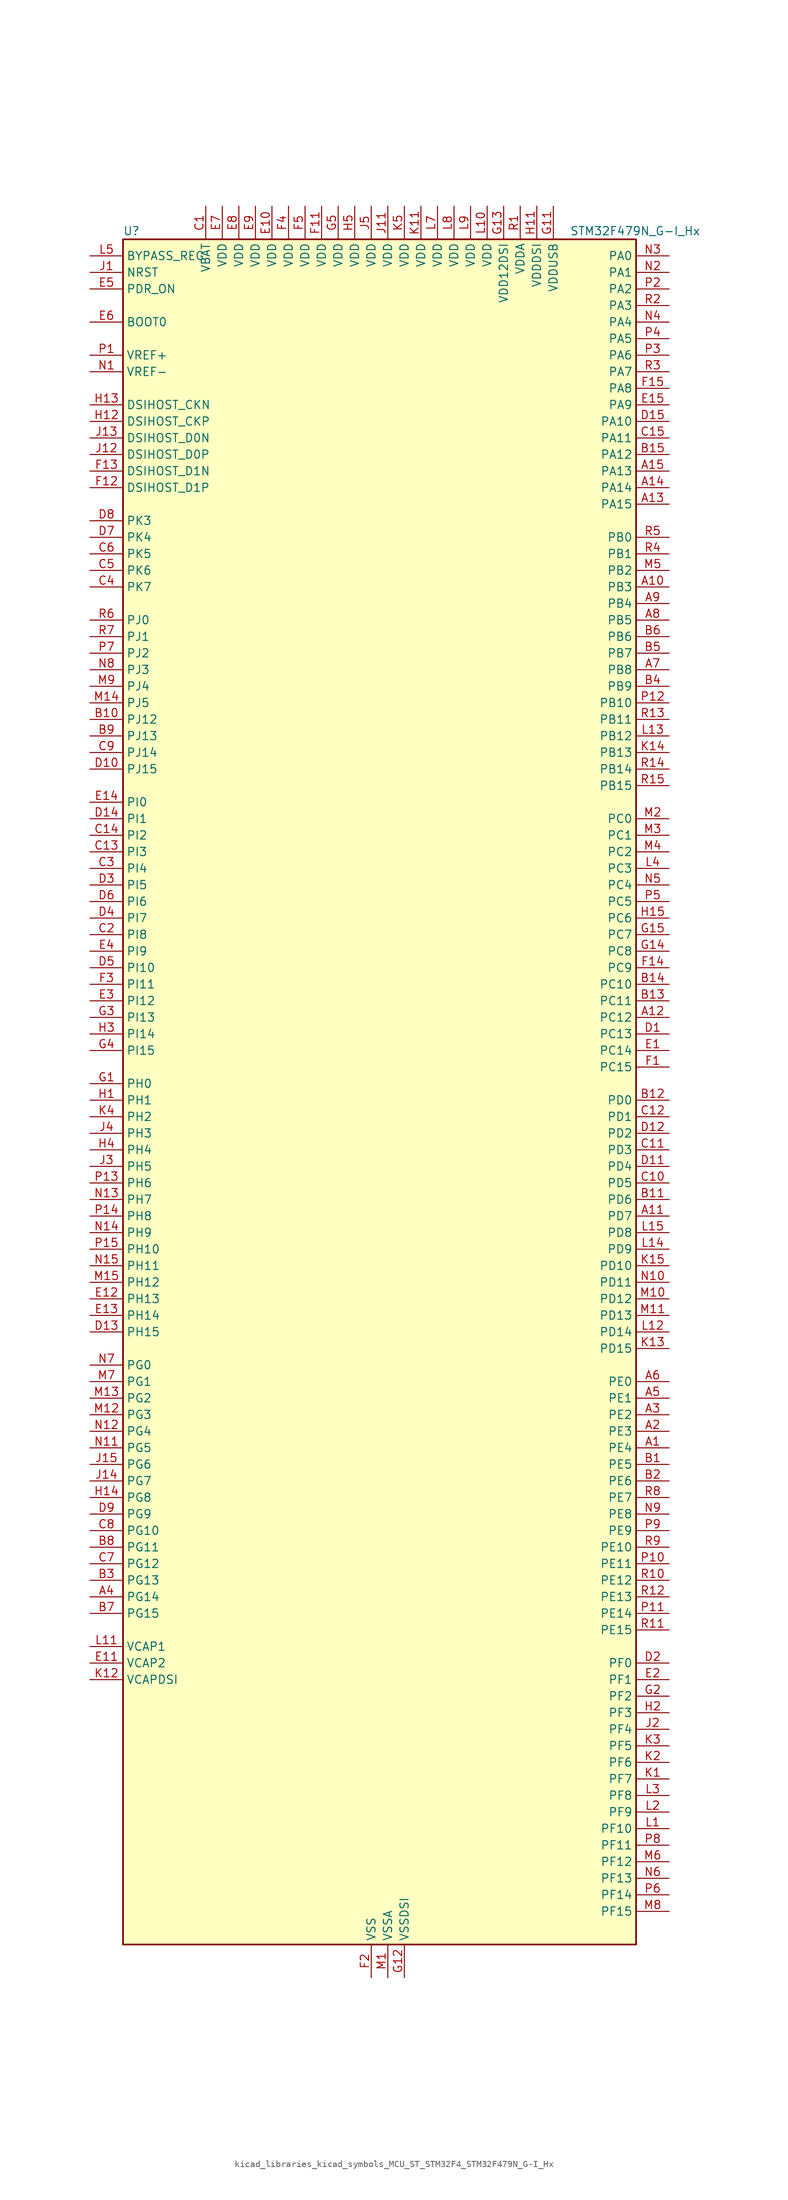
<source format=kicad_sym>
(kicad_symbol_lib
  (version 20220914)
  (generator kicad_symbol_editor)
  (symbol "kicad_libraries_kicad_symbols_MCU_ST_STM32F4_STM32F479N_G-I_Hx"
    (property "Reference" "U"
      (at -38.1 133.35 0)
      (effects (font (size 1.27 1.27)) (justify left)))
    (property "Value" "STM32F479N_G-I_Hx"
      (at 30.48 133.35 0)
      (effects (font (size 1.27 1.27)) (justify left)))
    (property "ki_locked" ""
      (at 0 0 0)
      (effects (font (size 1.27 1.27))))
    (symbol "kicad_libraries_kicad_symbols_MCU_ST_STM32F4_STM32F479N_G-I_Hx_0_1"
      (rectangle (start -38.1 -129.54) (end 40.64 132.08) (stroke (width 0.254) (type default)) (fill (type background))))
    (symbol "kicad_libraries_kicad_symbols_MCU_ST_STM32F4_STM32F479N_G-I_Hx_1_1"
      (pin bidirectional line (at 45.72 -53.34 180) (length 5.08) (name "PE4" (effects (font (size 1.27 1.27)))) (number "A1" (effects (font (size 1.27 1.27)))) (alternate "DCMI_D4" bidirectional line) (alternate "FMC_A20" bidirectional line) (alternate "LTDC_B0" bidirectional line) (alternate "SAI1_FS_A" bidirectional line) (alternate "SPI4_NSS" bidirectional line) (alternate "SYS_TRACED1" bidirectional line))
      (pin bidirectional line (at 45.72 78.74 180) (length 5.08) (name "PB3" (effects (font (size 1.27 1.27)))) (number "A10" (effects (font (size 1.27 1.27)))) (alternate "I2S3_CK" bidirectional line) (alternate "SPI1_SCK" bidirectional line) (alternate "SPI3_SCK" bidirectional line) (alternate "SYS_JTDO-SWO" bidirectional line) (alternate "TIM2_CH2" bidirectional line))
      (pin bidirectional line (at 45.72 -17.78 180) (length 5.08) (name "PD7" (effects (font (size 1.27 1.27)))) (number "A11" (effects (font (size 1.27 1.27)))) (alternate "FMC_NE1" bidirectional line) (alternate "USART2_CK" bidirectional line))
      (pin bidirectional line (at 45.72 12.7 180) (length 5.08) (name "PC12" (effects (font (size 1.27 1.27)))) (number "A12" (effects (font (size 1.27 1.27)))) (alternate "DCMI_D9" bidirectional line) (alternate "I2S3_SD" bidirectional line) (alternate "SDIO_CK" bidirectional line) (alternate "SPI3_MOSI" bidirectional line) (alternate "SYS_TRACED3" bidirectional line) (alternate "UART5_TX" bidirectional line) (alternate "USART3_CK" bidirectional line))
      (pin bidirectional line (at 45.72 91.44 180) (length 5.08) (name "PA15" (effects (font (size 1.27 1.27)))) (number "A13" (effects (font (size 1.27 1.27)))) (alternate "ADC1_EXTI15" bidirectional line) (alternate "ADC2_EXTI15" bidirectional line) (alternate "ADC3_EXTI15" bidirectional line) (alternate "I2S3_WS" bidirectional line) (alternate "SPI1_NSS" bidirectional line) (alternate "SPI3_NSS" bidirectional line) (alternate "SYS_JTDI" bidirectional line) (alternate "TIM2_CH1" bidirectional line) (alternate "TIM2_ETR" bidirectional line))
      (pin bidirectional line (at 45.72 93.98 180) (length 5.08) (name "PA14" (effects (font (size 1.27 1.27)))) (number "A14" (effects (font (size 1.27 1.27)))) (alternate "SYS_JTCK-SWCLK" bidirectional line))
      (pin bidirectional line (at 45.72 96.52 180) (length 5.08) (name "PA13" (effects (font (size 1.27 1.27)))) (number "A15" (effects (font (size 1.27 1.27)))) (alternate "SYS_JTMS-SWDIO" bidirectional line))
      (pin bidirectional line (at 45.72 -50.8 180) (length 5.08) (name "PE3" (effects (font (size 1.27 1.27)))) (number "A2" (effects (font (size 1.27 1.27)))) (alternate "FMC_A19" bidirectional line) (alternate "SAI1_SD_B" bidirectional line) (alternate "SYS_TRACED0" bidirectional line))
      (pin bidirectional line (at 45.72 -48.26 180) (length 5.08) (name "PE2" (effects (font (size 1.27 1.27)))) (number "A3" (effects (font (size 1.27 1.27)))) (alternate "ETH_TXD3" bidirectional line) (alternate "FMC_A23" bidirectional line) (alternate "QUADSPI_BK1_IO2" bidirectional line) (alternate "SAI1_MCLK_A" bidirectional line) (alternate "SPI4_SCK" bidirectional line) (alternate "SYS_TRACECLK" bidirectional line))
      (pin bidirectional line (at -43.18 -76.2 0) (length 5.08) (name "PG14" (effects (font (size 1.27 1.27)))) (number "A4" (effects (font (size 1.27 1.27)))) (alternate "ETH_TXD1" bidirectional line) (alternate "FMC_A25" bidirectional line) (alternate "LTDC_B0" bidirectional line) (alternate "QUADSPI_BK2_IO3" bidirectional line) (alternate "SPI6_MOSI" bidirectional line) (alternate "SYS_TRACED1" bidirectional line) (alternate "USART6_TX" bidirectional line))
      (pin bidirectional line (at 45.72 -45.72 180) (length 5.08) (name "PE1" (effects (font (size 1.27 1.27)))) (number "A5" (effects (font (size 1.27 1.27)))) (alternate "DCMI_D3" bidirectional line) (alternate "FMC_NBL1" bidirectional line) (alternate "UART8_TX" bidirectional line))
      (pin bidirectional line (at 45.72 -43.18 180) (length 5.08) (name "PE0" (effects (font (size 1.27 1.27)))) (number "A6" (effects (font (size 1.27 1.27)))) (alternate "DCMI_D2" bidirectional line) (alternate "FMC_NBL0" bidirectional line) (alternate "TIM4_ETR" bidirectional line) (alternate "UART8_RX" bidirectional line))
      (pin bidirectional line (at 45.72 66.04 180) (length 5.08) (name "PB8" (effects (font (size 1.27 1.27)))) (number "A7" (effects (font (size 1.27 1.27)))) (alternate "CAN1_RX" bidirectional line) (alternate "DCMI_D6" bidirectional line) (alternate "ETH_TXD3" bidirectional line) (alternate "I2C1_SCL" bidirectional line) (alternate "LTDC_B6" bidirectional line) (alternate "SDIO_D4" bidirectional line) (alternate "TIM10_CH1" bidirectional line) (alternate "TIM4_CH3" bidirectional line))
      (pin bidirectional line (at 45.72 73.66 180) (length 5.08) (name "PB5" (effects (font (size 1.27 1.27)))) (number "A8" (effects (font (size 1.27 1.27)))) (alternate "CAN2_RX" bidirectional line) (alternate "DCMI_D10" bidirectional line) (alternate "ETH_PPS_OUT" bidirectional line) (alternate "FMC_SDCKE1" bidirectional line) (alternate "I2C1_SMBA" bidirectional line) (alternate "I2S3_SD" bidirectional line) (alternate "LTDC_G7" bidirectional line) (alternate "SPI1_MOSI" bidirectional line) (alternate "SPI3_MOSI" bidirectional line) (alternate "TIM3_CH2" bidirectional line) (alternate "USB_OTG_HS_ULPI_D7" bidirectional line))
      (pin bidirectional line (at 45.72 76.2 180) (length 5.08) (name "PB4" (effects (font (size 1.27 1.27)))) (number "A9" (effects (font (size 1.27 1.27)))) (alternate "I2S3_ext_SD" bidirectional line) (alternate "SPI1_MISO" bidirectional line) (alternate "SPI3_MISO" bidirectional line) (alternate "SYS_JTRST" bidirectional line) (alternate "TIM3_CH1" bidirectional line))
      (pin bidirectional line (at 45.72 -55.88 180) (length 5.08) (name "PE5" (effects (font (size 1.27 1.27)))) (number "B1" (effects (font (size 1.27 1.27)))) (alternate "DCMI_D6" bidirectional line) (alternate "FMC_A21" bidirectional line) (alternate "LTDC_G0" bidirectional line) (alternate "SAI1_SCK_A" bidirectional line) (alternate "SPI4_MISO" bidirectional line) (alternate "SYS_TRACED2" bidirectional line) (alternate "TIM9_CH1" bidirectional line))
      (pin bidirectional line (at -43.18 58.42 0) (length 5.08) (name "PJ12" (effects (font (size 1.27 1.27)))) (number "B10" (effects (font (size 1.27 1.27)))) (alternate "LTDC_B0" bidirectional line) (alternate "LTDC_G3" bidirectional line))
      (pin bidirectional line (at 45.72 -15.24 180) (length 5.08) (name "PD6" (effects (font (size 1.27 1.27)))) (number "B11" (effects (font (size 1.27 1.27)))) (alternate "DCMI_D10" bidirectional line) (alternate "FMC_NWAIT" bidirectional line) (alternate "I2S3_SD" bidirectional line) (alternate "LTDC_B2" bidirectional line) (alternate "SAI1_SD_A" bidirectional line) (alternate "SPI3_MOSI" bidirectional line) (alternate "USART2_RX" bidirectional line))
      (pin bidirectional line (at 45.72 0 180) (length 5.08) (name "PD0" (effects (font (size 1.27 1.27)))) (number "B12" (effects (font (size 1.27 1.27)))) (alternate "CAN1_RX" bidirectional line) (alternate "FMC_D2" bidirectional line) (alternate "FMC_DA2" bidirectional line))
      (pin bidirectional line (at 45.72 15.24 180) (length 5.08) (name "PC11" (effects (font (size 1.27 1.27)))) (number "B13" (effects (font (size 1.27 1.27)))) (alternate "ADC1_EXTI11" bidirectional line) (alternate "ADC2_EXTI11" bidirectional line) (alternate "ADC3_EXTI11" bidirectional line) (alternate "DCMI_D4" bidirectional line) (alternate "I2S3_ext_SD" bidirectional line) (alternate "QUADSPI_BK2_NCS" bidirectional line) (alternate "SDIO_D3" bidirectional line) (alternate "SPI3_MISO" bidirectional line) (alternate "UART4_RX" bidirectional line) (alternate "USART3_RX" bidirectional line))
      (pin bidirectional line (at 45.72 17.78 180) (length 5.08) (name "PC10" (effects (font (size 1.27 1.27)))) (number "B14" (effects (font (size 1.27 1.27)))) (alternate "DCMI_D8" bidirectional line) (alternate "I2S3_CK" bidirectional line) (alternate "LTDC_R2" bidirectional line) (alternate "QUADSPI_BK1_IO1" bidirectional line) (alternate "SDIO_D2" bidirectional line) (alternate "SPI3_SCK" bidirectional line) (alternate "UART4_TX" bidirectional line) (alternate "USART3_TX" bidirectional line))
      (pin bidirectional line (at 45.72 99.06 180) (length 5.08) (name "PA12" (effects (font (size 1.27 1.27)))) (number "B15" (effects (font (size 1.27 1.27)))) (alternate "CAN1_TX" bidirectional line) (alternate "LTDC_R5" bidirectional line) (alternate "TIM1_ETR" bidirectional line) (alternate "USART1_RTS" bidirectional line) (alternate "USB_OTG_FS_DP" bidirectional line))
      (pin bidirectional line (at 45.72 -58.42 180) (length 5.08) (name "PE6" (effects (font (size 1.27 1.27)))) (number "B2" (effects (font (size 1.27 1.27)))) (alternate "DCMI_D7" bidirectional line) (alternate "FMC_A22" bidirectional line) (alternate "LTDC_G1" bidirectional line) (alternate "SAI1_SD_A" bidirectional line) (alternate "SPI4_MOSI" bidirectional line) (alternate "SYS_TRACED3" bidirectional line) (alternate "TIM9_CH2" bidirectional line))
      (pin bidirectional line (at -43.18 -73.66 0) (length 5.08) (name "PG13" (effects (font (size 1.27 1.27)))) (number "B3" (effects (font (size 1.27 1.27)))) (alternate "ETH_TXD0" bidirectional line) (alternate "FMC_A24" bidirectional line) (alternate "LTDC_R0" bidirectional line) (alternate "SPI6_SCK" bidirectional line) (alternate "SYS_TRACED0" bidirectional line) (alternate "USART6_CTS" bidirectional line))
      (pin bidirectional line (at 45.72 63.5 180) (length 5.08) (name "PB9" (effects (font (size 1.27 1.27)))) (number "B4" (effects (font (size 1.27 1.27)))) (alternate "CAN1_TX" bidirectional line) (alternate "DAC_EXTI9" bidirectional line) (alternate "DCMI_D7" bidirectional line) (alternate "I2C1_SDA" bidirectional line) (alternate "I2S2_WS" bidirectional line) (alternate "LTDC_B7" bidirectional line) (alternate "SDIO_D5" bidirectional line) (alternate "SPI2_NSS" bidirectional line) (alternate "TIM11_CH1" bidirectional line) (alternate "TIM4_CH4" bidirectional line))
      (pin bidirectional line (at 45.72 68.58 180) (length 5.08) (name "PB7" (effects (font (size 1.27 1.27)))) (number "B5" (effects (font (size 1.27 1.27)))) (alternate "DCMI_VSYNC" bidirectional line) (alternate "FMC_NL" bidirectional line) (alternate "I2C1_SDA" bidirectional line) (alternate "TIM4_CH2" bidirectional line) (alternate "USART1_RX" bidirectional line))
      (pin bidirectional line (at 45.72 71.12 180) (length 5.08) (name "PB6" (effects (font (size 1.27 1.27)))) (number "B6" (effects (font (size 1.27 1.27)))) (alternate "CAN2_TX" bidirectional line) (alternate "DCMI_D5" bidirectional line) (alternate "FMC_SDNE1" bidirectional line) (alternate "I2C1_SCL" bidirectional line) (alternate "QUADSPI_BK1_NCS" bidirectional line) (alternate "TIM4_CH1" bidirectional line) (alternate "USART1_TX" bidirectional line))
      (pin bidirectional line (at -43.18 -78.74 0) (length 5.08) (name "PG15" (effects (font (size 1.27 1.27)))) (number "B7" (effects (font (size 1.27 1.27)))) (alternate "ADC1_EXTI15" bidirectional line) (alternate "ADC2_EXTI15" bidirectional line) (alternate "ADC3_EXTI15" bidirectional line) (alternate "DCMI_D13" bidirectional line) (alternate "FMC_SDNCAS" bidirectional line) (alternate "USART6_CTS" bidirectional line))
      (pin bidirectional line (at -43.18 -68.58 0) (length 5.08) (name "PG11" (effects (font (size 1.27 1.27)))) (number "B8" (effects (font (size 1.27 1.27)))) (alternate "ADC1_EXTI11" bidirectional line) (alternate "ADC2_EXTI11" bidirectional line) (alternate "ADC3_EXTI11" bidirectional line) (alternate "DCMI_D3" bidirectional line) (alternate "ETH_TX_EN" bidirectional line) (alternate "LTDC_B3" bidirectional line))
      (pin bidirectional line (at -43.18 55.88 0) (length 5.08) (name "PJ13" (effects (font (size 1.27 1.27)))) (number "B9" (effects (font (size 1.27 1.27)))) (alternate "LTDC_B1" bidirectional line) (alternate "LTDC_G4" bidirectional line))
      (pin power_in line (at -25.4 137.16 270) (length 5.08) (name "VBAT" (effects (font (size 1.27 1.27)))) (number "C1" (effects (font (size 1.27 1.27)))))
      (pin bidirectional line (at 45.72 -12.7 180) (length 5.08) (name "PD5" (effects (font (size 1.27 1.27)))) (number "C10" (effects (font (size 1.27 1.27)))) (alternate "FMC_NWE" bidirectional line) (alternate "USART2_TX" bidirectional line))
      (pin bidirectional line (at 45.72 -7.62 180) (length 5.08) (name "PD3" (effects (font (size 1.27 1.27)))) (number "C11" (effects (font (size 1.27 1.27)))) (alternate "DCMI_D5" bidirectional line) (alternate "FMC_CLK" bidirectional line) (alternate "I2S2_CK" bidirectional line) (alternate "LTDC_G7" bidirectional line) (alternate "SPI2_SCK" bidirectional line) (alternate "USART2_CTS" bidirectional line))
      (pin bidirectional line (at 45.72 -2.54 180) (length 5.08) (name "PD1" (effects (font (size 1.27 1.27)))) (number "C12" (effects (font (size 1.27 1.27)))) (alternate "CAN1_TX" bidirectional line) (alternate "FMC_D3" bidirectional line) (alternate "FMC_DA3" bidirectional line))
      (pin bidirectional line (at -43.18 38.1 0) (length 5.08) (name "PI3" (effects (font (size 1.27 1.27)))) (number "C13" (effects (font (size 1.27 1.27)))) (alternate "DCMI_D10" bidirectional line) (alternate "FMC_D27" bidirectional line) (alternate "I2S2_SD" bidirectional line) (alternate "SPI2_MOSI" bidirectional line) (alternate "TIM8_ETR" bidirectional line))
      (pin bidirectional line (at -43.18 40.64 0) (length 5.08) (name "PI2" (effects (font (size 1.27 1.27)))) (number "C14" (effects (font (size 1.27 1.27)))) (alternate "DCMI_D9" bidirectional line) (alternate "FMC_D26" bidirectional line) (alternate "I2S2_ext_SD" bidirectional line) (alternate "LTDC_G7" bidirectional line) (alternate "SPI2_MISO" bidirectional line) (alternate "TIM8_CH4" bidirectional line))
      (pin bidirectional line (at 45.72 101.6 180) (length 5.08) (name "PA11" (effects (font (size 1.27 1.27)))) (number "C15" (effects (font (size 1.27 1.27)))) (alternate "ADC1_EXTI11" bidirectional line) (alternate "ADC2_EXTI11" bidirectional line) (alternate "ADC3_EXTI11" bidirectional line) (alternate "CAN1_RX" bidirectional line) (alternate "LTDC_R4" bidirectional line) (alternate "TIM1_CH4" bidirectional line) (alternate "USART1_CTS" bidirectional line) (alternate "USB_OTG_FS_DM" bidirectional line))
      (pin bidirectional line (at -43.18 25.4 0) (length 5.08) (name "PI8" (effects (font (size 1.27 1.27)))) (number "C2" (effects (font (size 1.27 1.27)))) (alternate "RTC_AF1" bidirectional line) (alternate "RTC_AF2" bidirectional line))
      (pin bidirectional line (at -43.18 35.56 0) (length 5.08) (name "PI4" (effects (font (size 1.27 1.27)))) (number "C3" (effects (font (size 1.27 1.27)))) (alternate "DCMI_D5" bidirectional line) (alternate "FMC_NBL2" bidirectional line) (alternate "LTDC_B4" bidirectional line) (alternate "TIM8_BKIN" bidirectional line))
      (pin bidirectional line (at -43.18 78.74 0) (length 5.08) (name "PK7" (effects (font (size 1.27 1.27)))) (number "C4" (effects (font (size 1.27 1.27)))) (alternate "LTDC_DE" bidirectional line))
      (pin bidirectional line (at -43.18 81.28 0) (length 5.08) (name "PK6" (effects (font (size 1.27 1.27)))) (number "C5" (effects (font (size 1.27 1.27)))) (alternate "LTDC_B7" bidirectional line))
      (pin bidirectional line (at -43.18 83.82 0) (length 5.08) (name "PK5" (effects (font (size 1.27 1.27)))) (number "C6" (effects (font (size 1.27 1.27)))) (alternate "LTDC_B6" bidirectional line))
      (pin bidirectional line (at -43.18 -71.12 0) (length 5.08) (name "PG12" (effects (font (size 1.27 1.27)))) (number "C7" (effects (font (size 1.27 1.27)))) (alternate "FMC_NE4" bidirectional line) (alternate "LTDC_B1" bidirectional line) (alternate "LTDC_B4" bidirectional line) (alternate "SPI6_MISO" bidirectional line) (alternate "USART6_RTS" bidirectional line))
      (pin bidirectional line (at -43.18 -66.04 0) (length 5.08) (name "PG10" (effects (font (size 1.27 1.27)))) (number "C8" (effects (font (size 1.27 1.27)))) (alternate "DCMI_D2" bidirectional line) (alternate "FMC_NE3" bidirectional line) (alternate "LTDC_B2" bidirectional line) (alternate "LTDC_G3" bidirectional line))
      (pin bidirectional line (at -43.18 53.34 0) (length 5.08) (name "PJ14" (effects (font (size 1.27 1.27)))) (number "C9" (effects (font (size 1.27 1.27)))) (alternate "LTDC_B2" bidirectional line))
      (pin bidirectional line (at 45.72 10.16 180) (length 5.08) (name "PC13" (effects (font (size 1.27 1.27)))) (number "D1" (effects (font (size 1.27 1.27)))) (alternate "RTC_AF1" bidirectional line))
      (pin bidirectional line (at -43.18 50.8 0) (length 5.08) (name "PJ15" (effects (font (size 1.27 1.27)))) (number "D10" (effects (font (size 1.27 1.27)))) (alternate "ADC1_EXTI15" bidirectional line) (alternate "ADC2_EXTI15" bidirectional line) (alternate "ADC3_EXTI15" bidirectional line) (alternate "LTDC_B3" bidirectional line))
      (pin bidirectional line (at 45.72 -10.16 180) (length 5.08) (name "PD4" (effects (font (size 1.27 1.27)))) (number "D11" (effects (font (size 1.27 1.27)))) (alternate "FMC_NOE" bidirectional line) (alternate "USART2_RTS" bidirectional line))
      (pin bidirectional line (at 45.72 -5.08 180) (length 5.08) (name "PD2" (effects (font (size 1.27 1.27)))) (number "D12" (effects (font (size 1.27 1.27)))) (alternate "DCMI_D11" bidirectional line) (alternate "SDIO_CMD" bidirectional line) (alternate "SYS_TRACED2" bidirectional line) (alternate "TIM3_ETR" bidirectional line) (alternate "UART5_RX" bidirectional line))
      (pin bidirectional line (at -43.18 -35.56 0) (length 5.08) (name "PH15" (effects (font (size 1.27 1.27)))) (number "D13" (effects (font (size 1.27 1.27)))) (alternate "ADC1_EXTI15" bidirectional line) (alternate "ADC2_EXTI15" bidirectional line) (alternate "ADC3_EXTI15" bidirectional line) (alternate "DCMI_D11" bidirectional line) (alternate "FMC_D23" bidirectional line) (alternate "LTDC_G4" bidirectional line) (alternate "TIM8_CH3N" bidirectional line))
      (pin bidirectional line (at -43.18 43.18 0) (length 5.08) (name "PI1" (effects (font (size 1.27 1.27)))) (number "D14" (effects (font (size 1.27 1.27)))) (alternate "DCMI_D8" bidirectional line) (alternate "FMC_D25" bidirectional line) (alternate "I2S2_CK" bidirectional line) (alternate "LTDC_G6" bidirectional line) (alternate "SPI2_SCK" bidirectional line))
      (pin bidirectional line (at 45.72 104.14 180) (length 5.08) (name "PA10" (effects (font (size 1.27 1.27)))) (number "D15" (effects (font (size 1.27 1.27)))) (alternate "DCMI_D1" bidirectional line) (alternate "TIM1_CH3" bidirectional line) (alternate "USART1_RX" bidirectional line) (alternate "USB_OTG_FS_ID" bidirectional line))
      (pin bidirectional line (at 45.72 -86.36 180) (length 5.08) (name "PF0" (effects (font (size 1.27 1.27)))) (number "D2" (effects (font (size 1.27 1.27)))) (alternate "FMC_A0" bidirectional line) (alternate "I2C2_SDA" bidirectional line))
      (pin bidirectional line (at -43.18 33.02 0) (length 5.08) (name "PI5" (effects (font (size 1.27 1.27)))) (number "D3" (effects (font (size 1.27 1.27)))) (alternate "DCMI_VSYNC" bidirectional line) (alternate "FMC_NBL3" bidirectional line) (alternate "LTDC_B5" bidirectional line) (alternate "TIM8_CH1" bidirectional line))
      (pin bidirectional line (at -43.18 27.94 0) (length 5.08) (name "PI7" (effects (font (size 1.27 1.27)))) (number "D4" (effects (font (size 1.27 1.27)))) (alternate "DCMI_D7" bidirectional line) (alternate "FMC_D29" bidirectional line) (alternate "LTDC_B7" bidirectional line) (alternate "TIM8_CH3" bidirectional line))
      (pin bidirectional line (at -43.18 20.32 0) (length 5.08) (name "PI10" (effects (font (size 1.27 1.27)))) (number "D5" (effects (font (size 1.27 1.27)))) (alternate "ETH_RX_ER" bidirectional line) (alternate "FMC_D31" bidirectional line) (alternate "LTDC_HSYNC" bidirectional line))
      (pin bidirectional line (at -43.18 30.48 0) (length 5.08) (name "PI6" (effects (font (size 1.27 1.27)))) (number "D6" (effects (font (size 1.27 1.27)))) (alternate "DCMI_D6" bidirectional line) (alternate "FMC_D28" bidirectional line) (alternate "LTDC_B6" bidirectional line) (alternate "TIM8_CH2" bidirectional line))
      (pin bidirectional line (at -43.18 86.36 0) (length 5.08) (name "PK4" (effects (font (size 1.27 1.27)))) (number "D7" (effects (font (size 1.27 1.27)))) (alternate "LTDC_B5" bidirectional line))
      (pin bidirectional line (at -43.18 88.9 0) (length 5.08) (name "PK3" (effects (font (size 1.27 1.27)))) (number "D8" (effects (font (size 1.27 1.27)))) (alternate "LTDC_B4" bidirectional line))
      (pin bidirectional line (at -43.18 -63.5 0) (length 5.08) (name "PG9" (effects (font (size 1.27 1.27)))) (number "D9" (effects (font (size 1.27 1.27)))) (alternate "DAC_EXTI9" bidirectional line) (alternate "DCMI_VSYNC" bidirectional line) (alternate "FMC_NCE" bidirectional line) (alternate "FMC_NE2" bidirectional line) (alternate "QUADSPI_BK2_IO2" bidirectional line) (alternate "USART6_RX" bidirectional line))
      (pin bidirectional line (at 45.72 7.62 180) (length 5.08) (name "PC14" (effects (font (size 1.27 1.27)))) (number "E1" (effects (font (size 1.27 1.27)))) (alternate "RCC_OSC32_IN" bidirectional line))
      (pin power_in line (at -15.24 137.16 270) (length 5.08) (name "VDD" (effects (font (size 1.27 1.27)))) (number "E10" (effects (font (size 1.27 1.27)))))
      (pin power_out line (at -43.18 -86.36 0) (length 5.08) (name "VCAP2" (effects (font (size 1.27 1.27)))) (number "E11" (effects (font (size 1.27 1.27)))))
      (pin bidirectional line (at -43.18 -30.48 0) (length 5.08) (name "PH13" (effects (font (size 1.27 1.27)))) (number "E12" (effects (font (size 1.27 1.27)))) (alternate "CAN1_TX" bidirectional line) (alternate "FMC_D21" bidirectional line) (alternate "LTDC_G2" bidirectional line) (alternate "TIM8_CH1N" bidirectional line))
      (pin bidirectional line (at -43.18 -33.02 0) (length 5.08) (name "PH14" (effects (font (size 1.27 1.27)))) (number "E13" (effects (font (size 1.27 1.27)))) (alternate "DCMI_D4" bidirectional line) (alternate "FMC_D22" bidirectional line) (alternate "LTDC_G3" bidirectional line) (alternate "TIM8_CH2N" bidirectional line))
      (pin bidirectional line (at -43.18 45.72 0) (length 5.08) (name "PI0" (effects (font (size 1.27 1.27)))) (number "E14" (effects (font (size 1.27 1.27)))) (alternate "DCMI_D13" bidirectional line) (alternate "FMC_D24" bidirectional line) (alternate "I2S2_WS" bidirectional line) (alternate "LTDC_G5" bidirectional line) (alternate "SPI2_NSS" bidirectional line) (alternate "TIM5_CH4" bidirectional line))
      (pin bidirectional line (at 45.72 106.68 180) (length 5.08) (name "PA9" (effects (font (size 1.27 1.27)))) (number "E15" (effects (font (size 1.27 1.27)))) (alternate "DAC_EXTI9" bidirectional line) (alternate "DCMI_D0" bidirectional line) (alternate "I2C3_SMBA" bidirectional line) (alternate "I2S2_CK" bidirectional line) (alternate "SPI2_SCK" bidirectional line) (alternate "TIM1_CH2" bidirectional line) (alternate "USART1_TX" bidirectional line) (alternate "USB_OTG_FS_VBUS" bidirectional line))
      (pin bidirectional line (at 45.72 -88.9 180) (length 5.08) (name "PF1" (effects (font (size 1.27 1.27)))) (number "E2" (effects (font (size 1.27 1.27)))) (alternate "FMC_A1" bidirectional line) (alternate "I2C2_SCL" bidirectional line))
      (pin bidirectional line (at -43.18 15.24 0) (length 5.08) (name "PI12" (effects (font (size 1.27 1.27)))) (number "E3" (effects (font (size 1.27 1.27)))) (alternate "LTDC_HSYNC" bidirectional line))
      (pin bidirectional line (at -43.18 22.86 0) (length 5.08) (name "PI9" (effects (font (size 1.27 1.27)))) (number "E4" (effects (font (size 1.27 1.27)))) (alternate "CAN1_RX" bidirectional line) (alternate "DAC_EXTI9" bidirectional line) (alternate "FMC_D30" bidirectional line) (alternate "LTDC_VSYNC" bidirectional line))
      (pin input line (at -43.18 124.46 0) (length 5.08) (name "PDR_ON" (effects (font (size 1.27 1.27)))) (number "E5" (effects (font (size 1.27 1.27)))))
      (pin input line (at -43.18 119.38 0) (length 5.08) (name "BOOT0" (effects (font (size 1.27 1.27)))) (number "E6" (effects (font (size 1.27 1.27)))))
      (pin power_in line (at -22.86 137.16 270) (length 5.08) (name "VDD" (effects (font (size 1.27 1.27)))) (number "E7" (effects (font (size 1.27 1.27)))))
      (pin power_in line (at -20.32 137.16 270) (length 5.08) (name "VDD" (effects (font (size 1.27 1.27)))) (number "E8" (effects (font (size 1.27 1.27)))))
      (pin power_in line (at -17.78 137.16 270) (length 5.08) (name "VDD" (effects (font (size 1.27 1.27)))) (number "E9" (effects (font (size 1.27 1.27)))))
      (pin bidirectional line (at 45.72 5.08 180) (length 5.08) (name "PC15" (effects (font (size 1.27 1.27)))) (number "F1" (effects (font (size 1.27 1.27)))) (alternate "ADC1_EXTI15" bidirectional line) (alternate "ADC2_EXTI15" bidirectional line) (alternate "ADC3_EXTI15" bidirectional line) (alternate "RCC_OSC32_OUT" bidirectional line))
      (pin passive line (at 0 -134.62 90) (length 5.08) hide (name "VSS" (effects (font (size 1.27 1.27)))) (number "F10" (effects (font (size 1.27 1.27)))))
      (pin power_in line (at -7.62 137.16 270) (length 5.08) (name "VDD" (effects (font (size 1.27 1.27)))) (number "F11" (effects (font (size 1.27 1.27)))))
      (pin bidirectional line (at -43.18 93.98 0) (length 5.08) (name "DSIHOST_D1P" (effects (font (size 1.27 1.27)))) (number "F12" (effects (font (size 1.27 1.27)))) (alternate "DSIHOST_D1P" bidirectional line))
      (pin bidirectional line (at -43.18 96.52 0) (length 5.08) (name "DSIHOST_D1N" (effects (font (size 1.27 1.27)))) (number "F13" (effects (font (size 1.27 1.27)))) (alternate "DSIHOST_D1N" bidirectional line))
      (pin bidirectional line (at 45.72 20.32 180) (length 5.08) (name "PC9" (effects (font (size 1.27 1.27)))) (number "F14" (effects (font (size 1.27 1.27)))) (alternate "DAC_EXTI9" bidirectional line) (alternate "DCMI_D3" bidirectional line) (alternate "I2C3_SDA" bidirectional line) (alternate "I2S_CKIN" bidirectional line) (alternate "QUADSPI_BK1_IO0" bidirectional line) (alternate "RCC_MCO_2" bidirectional line) (alternate "SDIO_D1" bidirectional line) (alternate "TIM3_CH4" bidirectional line) (alternate "TIM8_CH4" bidirectional line))
      (pin bidirectional line (at 45.72 109.22 180) (length 5.08) (name "PA8" (effects (font (size 1.27 1.27)))) (number "F15" (effects (font (size 1.27 1.27)))) (alternate "I2C3_SCL" bidirectional line) (alternate "LTDC_R6" bidirectional line) (alternate "RCC_MCO_1" bidirectional line) (alternate "TIM1_CH1" bidirectional line) (alternate "USART1_CK" bidirectional line) (alternate "USB_OTG_FS_SOF" bidirectional line))
      (pin power_in line (at 0 -134.62 90) (length 5.08) (name "VSS" (effects (font (size 1.27 1.27)))) (number "F2" (effects (font (size 1.27 1.27)))))
      (pin bidirectional line (at -43.18 17.78 0) (length 5.08) (name "PI11" (effects (font (size 1.27 1.27)))) (number "F3" (effects (font (size 1.27 1.27)))) (alternate "ADC1_EXTI11" bidirectional line) (alternate "ADC2_EXTI11" bidirectional line) (alternate "ADC3_EXTI11" bidirectional line) (alternate "LTDC_G6" bidirectional line) (alternate "USB_OTG_HS_ULPI_DIR" bidirectional line))
      (pin power_in line (at -12.7 137.16 270) (length 5.08) (name "VDD" (effects (font (size 1.27 1.27)))) (number "F4" (effects (font (size 1.27 1.27)))))
      (pin power_in line (at -10.16 137.16 270) (length 5.08) (name "VDD" (effects (font (size 1.27 1.27)))) (number "F5" (effects (font (size 1.27 1.27)))))
      (pin passive line (at 0 -134.62 90) (length 5.08) hide (name "VSS" (effects (font (size 1.27 1.27)))) (number "F6" (effects (font (size 1.27 1.27)))))
      (pin passive line (at 0 -134.62 90) (length 5.08) hide (name "VSS" (effects (font (size 1.27 1.27)))) (number "F7" (effects (font (size 1.27 1.27)))))
      (pin passive line (at 0 -134.62 90) (length 5.08) hide (name "VSS" (effects (font (size 1.27 1.27)))) (number "F8" (effects (font (size 1.27 1.27)))))
      (pin passive line (at 0 -134.62 90) (length 5.08) hide (name "VSS" (effects (font (size 1.27 1.27)))) (number "F9" (effects (font (size 1.27 1.27)))))
      (pin bidirectional line (at -43.18 2.54 0) (length 5.08) (name "PH0" (effects (font (size 1.27 1.27)))) (number "G1" (effects (font (size 1.27 1.27)))) (alternate "RCC_OSC_IN" bidirectional line))
      (pin passive line (at 0 -134.62 90) (length 5.08) hide (name "VSS" (effects (font (size 1.27 1.27)))) (number "G10" (effects (font (size 1.27 1.27)))))
      (pin power_in line (at 27.94 137.16 270) (length 5.08) (name "VDDUSB" (effects (font (size 1.27 1.27)))) (number "G11" (effects (font (size 1.27 1.27)))))
      (pin power_in line (at 5.08 -134.62 90) (length 5.08) (name "VSSDSI" (effects (font (size 1.27 1.27)))) (number "G12" (effects (font (size 1.27 1.27)))))
      (pin power_in line (at 20.32 137.16 270) (length 5.08) (name "VDD12DSI" (effects (font (size 1.27 1.27)))) (number "G13" (effects (font (size 1.27 1.27)))))
      (pin bidirectional line (at 45.72 22.86 180) (length 5.08) (name "PC8" (effects (font (size 1.27 1.27)))) (number "G14" (effects (font (size 1.27 1.27)))) (alternate "DCMI_D2" bidirectional line) (alternate "SDIO_D0" bidirectional line) (alternate "SYS_TRACED1" bidirectional line) (alternate "TIM3_CH3" bidirectional line) (alternate "TIM8_CH3" bidirectional line) (alternate "USART6_CK" bidirectional line))
      (pin bidirectional line (at 45.72 25.4 180) (length 5.08) (name "PC7" (effects (font (size 1.27 1.27)))) (number "G15" (effects (font (size 1.27 1.27)))) (alternate "DCMI_D1" bidirectional line) (alternate "I2S3_MCK" bidirectional line) (alternate "LTDC_G6" bidirectional line) (alternate "SDIO_D7" bidirectional line) (alternate "TIM3_CH2" bidirectional line) (alternate "TIM8_CH2" bidirectional line) (alternate "USART6_RX" bidirectional line))
      (pin bidirectional line (at 45.72 -91.44 180) (length 5.08) (name "PF2" (effects (font (size 1.27 1.27)))) (number "G2" (effects (font (size 1.27 1.27)))) (alternate "FMC_A2" bidirectional line) (alternate "I2C2_SMBA" bidirectional line))
      (pin bidirectional line (at -43.18 12.7 0) (length 5.08) (name "PI13" (effects (font (size 1.27 1.27)))) (number "G3" (effects (font (size 1.27 1.27)))) (alternate "LTDC_VSYNC" bidirectional line))
      (pin bidirectional line (at -43.18 7.62 0) (length 5.08) (name "PI15" (effects (font (size 1.27 1.27)))) (number "G4" (effects (font (size 1.27 1.27)))) (alternate "ADC1_EXTI15" bidirectional line) (alternate "ADC2_EXTI15" bidirectional line) (alternate "ADC3_EXTI15" bidirectional line) (alternate "LTDC_G2" bidirectional line) (alternate "LTDC_R0" bidirectional line))
      (pin power_in line (at -5.08 137.16 270) (length 5.08) (name "VDD" (effects (font (size 1.27 1.27)))) (number "G5" (effects (font (size 1.27 1.27)))))
      (pin passive line (at 0 -134.62 90) (length 5.08) hide (name "VSS" (effects (font (size 1.27 1.27)))) (number "G6" (effects (font (size 1.27 1.27)))))
      (pin bidirectional line (at -43.18 0 0) (length 5.08) (name "PH1" (effects (font (size 1.27 1.27)))) (number "H1" (effects (font (size 1.27 1.27)))) (alternate "RCC_OSC_OUT" bidirectional line))
      (pin passive line (at 0 -134.62 90) (length 5.08) hide (name "VSS" (effects (font (size 1.27 1.27)))) (number "H10" (effects (font (size 1.27 1.27)))))
      (pin power_in line (at 25.4 137.16 270) (length 5.08) (name "VDDDSI" (effects (font (size 1.27 1.27)))) (number "H11" (effects (font (size 1.27 1.27)))))
      (pin bidirectional line (at -43.18 104.14 0) (length 5.08) (name "DSIHOST_CKP" (effects (font (size 1.27 1.27)))) (number "H12" (effects (font (size 1.27 1.27)))) (alternate "DSIHOST_CKP" bidirectional line))
      (pin bidirectional line (at -43.18 106.68 0) (length 5.08) (name "DSIHOST_CKN" (effects (font (size 1.27 1.27)))) (number "H13" (effects (font (size 1.27 1.27)))) (alternate "DSIHOST_CKN" bidirectional line))
      (pin bidirectional line (at -43.18 -60.96 0) (length 5.08) (name "PG8" (effects (font (size 1.27 1.27)))) (number "H14" (effects (font (size 1.27 1.27)))) (alternate "ETH_PPS_OUT" bidirectional line) (alternate "FMC_SDCLK" bidirectional line) (alternate "LTDC_G7" bidirectional line) (alternate "SPI6_NSS" bidirectional line) (alternate "USART6_RTS" bidirectional line))
      (pin bidirectional line (at 45.72 27.94 180) (length 5.08) (name "PC6" (effects (font (size 1.27 1.27)))) (number "H15" (effects (font (size 1.27 1.27)))) (alternate "DCMI_D0" bidirectional line) (alternate "I2S2_MCK" bidirectional line) (alternate "LTDC_HSYNC" bidirectional line) (alternate "SDIO_D6" bidirectional line) (alternate "TIM3_CH1" bidirectional line) (alternate "TIM8_CH1" bidirectional line) (alternate "USART6_TX" bidirectional line))
      (pin bidirectional line (at 45.72 -93.98 180) (length 5.08) (name "PF3" (effects (font (size 1.27 1.27)))) (number "H2" (effects (font (size 1.27 1.27)))) (alternate "ADC3_IN9" bidirectional line) (alternate "FMC_A3" bidirectional line))
      (pin bidirectional line (at -43.18 10.16 0) (length 5.08) (name "PI14" (effects (font (size 1.27 1.27)))) (number "H3" (effects (font (size 1.27 1.27)))) (alternate "LTDC_CLK" bidirectional line))
      (pin bidirectional line (at -43.18 -7.62 0) (length 5.08) (name "PH4" (effects (font (size 1.27 1.27)))) (number "H4" (effects (font (size 1.27 1.27)))) (alternate "I2C2_SCL" bidirectional line) (alternate "LTDC_G4" bidirectional line) (alternate "LTDC_G5" bidirectional line) (alternate "USB_OTG_HS_ULPI_NXT" bidirectional line))
      (pin power_in line (at -2.54 137.16 270) (length 5.08) (name "VDD" (effects (font (size 1.27 1.27)))) (number "H5" (effects (font (size 1.27 1.27)))))
      (pin passive line (at 0 -134.62 90) (length 5.08) hide (name "VSS" (effects (font (size 1.27 1.27)))) (number "H6" (effects (font (size 1.27 1.27)))))
      (pin input line (at -43.18 127 0) (length 5.08) (name "NRST" (effects (font (size 1.27 1.27)))) (number "J1" (effects (font (size 1.27 1.27)))))
      (pin passive line (at 0 -134.62 90) (length 5.08) hide (name "VSS" (effects (font (size 1.27 1.27)))) (number "J10" (effects (font (size 1.27 1.27)))))
      (pin power_in line (at 2.54 137.16 270) (length 5.08) (name "VDD" (effects (font (size 1.27 1.27)))) (number "J11" (effects (font (size 1.27 1.27)))))
      (pin bidirectional line (at -43.18 99.06 0) (length 5.08) (name "DSIHOST_D0P" (effects (font (size 1.27 1.27)))) (number "J12" (effects (font (size 1.27 1.27)))) (alternate "DSIHOST_D0P" bidirectional line))
      (pin bidirectional line (at -43.18 101.6 0) (length 5.08) (name "DSIHOST_D0N" (effects (font (size 1.27 1.27)))) (number "J13" (effects (font (size 1.27 1.27)))) (alternate "DSIHOST_D0N" bidirectional line))
      (pin bidirectional line (at -43.18 -58.42 0) (length 5.08) (name "PG7" (effects (font (size 1.27 1.27)))) (number "J14" (effects (font (size 1.27 1.27)))) (alternate "DCMI_D13" bidirectional line) (alternate "FMC_INT" bidirectional line) (alternate "LTDC_CLK" bidirectional line) (alternate "SAI1_MCLK_A" bidirectional line) (alternate "USART6_CK" bidirectional line))
      (pin bidirectional line (at -43.18 -55.88 0) (length 5.08) (name "PG6" (effects (font (size 1.27 1.27)))) (number "J15" (effects (font (size 1.27 1.27)))) (alternate "DCMI_D12" bidirectional line) (alternate "LTDC_R7" bidirectional line))
      (pin bidirectional line (at 45.72 -96.52 180) (length 5.08) (name "PF4" (effects (font (size 1.27 1.27)))) (number "J2" (effects (font (size 1.27 1.27)))) (alternate "ADC3_IN14" bidirectional line) (alternate "FMC_A4" bidirectional line))
      (pin bidirectional line (at -43.18 -10.16 0) (length 5.08) (name "PH5" (effects (font (size 1.27 1.27)))) (number "J3" (effects (font (size 1.27 1.27)))) (alternate "FMC_SDNWE" bidirectional line) (alternate "I2C2_SDA" bidirectional line) (alternate "SPI5_NSS" bidirectional line))
      (pin bidirectional line (at -43.18 -5.08 0) (length 5.08) (name "PH3" (effects (font (size 1.27 1.27)))) (number "J4" (effects (font (size 1.27 1.27)))) (alternate "ETH_COL" bidirectional line) (alternate "FMC_SDNE0" bidirectional line) (alternate "LTDC_R1" bidirectional line) (alternate "QUADSPI_BK2_IO1" bidirectional line))
      (pin power_in line (at 0 137.16 270) (length 5.08) (name "VDD" (effects (font (size 1.27 1.27)))) (number "J5" (effects (font (size 1.27 1.27)))))
      (pin passive line (at 0 -134.62 90) (length 5.08) hide (name "VSS" (effects (font (size 1.27 1.27)))) (number "J6" (effects (font (size 1.27 1.27)))))
      (pin bidirectional line (at 45.72 -104.14 180) (length 5.08) (name "PF7" (effects (font (size 1.27 1.27)))) (number "K1" (effects (font (size 1.27 1.27)))) (alternate "ADC3_IN5" bidirectional line) (alternate "QUADSPI_BK1_IO2" bidirectional line) (alternate "SAI1_MCLK_B" bidirectional line) (alternate "SPI5_SCK" bidirectional line) (alternate "TIM11_CH1" bidirectional line) (alternate "UART7_TX" bidirectional line))
      (pin passive line (at 0 -134.62 90) (length 5.08) hide (name "VSS" (effects (font (size 1.27 1.27)))) (number "K10" (effects (font (size 1.27 1.27)))))
      (pin power_in line (at 7.62 137.16 270) (length 5.08) (name "VDD" (effects (font (size 1.27 1.27)))) (number "K11" (effects (font (size 1.27 1.27)))))
      (pin power_out line (at -43.18 -88.9 0) (length 5.08) (name "VCAPDSI" (effects (font (size 1.27 1.27)))) (number "K12" (effects (font (size 1.27 1.27)))))
      (pin bidirectional line (at 45.72 -38.1 180) (length 5.08) (name "PD15" (effects (font (size 1.27 1.27)))) (number "K13" (effects (font (size 1.27 1.27)))) (alternate "ADC1_EXTI15" bidirectional line) (alternate "ADC2_EXTI15" bidirectional line) (alternate "ADC3_EXTI15" bidirectional line) (alternate "FMC_D1" bidirectional line) (alternate "FMC_DA1" bidirectional line) (alternate "TIM4_CH4" bidirectional line))
      (pin bidirectional line (at 45.72 53.34 180) (length 5.08) (name "PB13" (effects (font (size 1.27 1.27)))) (number "K14" (effects (font (size 1.27 1.27)))) (alternate "CAN2_TX" bidirectional line) (alternate "ETH_TXD1" bidirectional line) (alternate "I2S2_CK" bidirectional line) (alternate "SPI2_SCK" bidirectional line) (alternate "TIM1_CH1N" bidirectional line) (alternate "USART3_CTS" bidirectional line) (alternate "USB_OTG_HS_ULPI_D6" bidirectional line) (alternate "USB_OTG_HS_VBUS" bidirectional line))
      (pin bidirectional line (at 45.72 -25.4 180) (length 5.08) (name "PD10" (effects (font (size 1.27 1.27)))) (number "K15" (effects (font (size 1.27 1.27)))) (alternate "FMC_D15" bidirectional line) (alternate "FMC_DA15" bidirectional line) (alternate "LTDC_B3" bidirectional line) (alternate "USART3_CK" bidirectional line))
      (pin bidirectional line (at 45.72 -101.6 180) (length 5.08) (name "PF6" (effects (font (size 1.27 1.27)))) (number "K2" (effects (font (size 1.27 1.27)))) (alternate "ADC3_IN4" bidirectional line) (alternate "QUADSPI_BK1_IO3" bidirectional line) (alternate "SAI1_SD_B" bidirectional line) (alternate "SPI5_NSS" bidirectional line) (alternate "TIM10_CH1" bidirectional line) (alternate "UART7_RX" bidirectional line))
      (pin bidirectional line (at 45.72 -99.06 180) (length 5.08) (name "PF5" (effects (font (size 1.27 1.27)))) (number "K3" (effects (font (size 1.27 1.27)))) (alternate "ADC3_IN15" bidirectional line) (alternate "FMC_A5" bidirectional line))
      (pin bidirectional line (at -43.18 -2.54 0) (length 5.08) (name "PH2" (effects (font (size 1.27 1.27)))) (number "K4" (effects (font (size 1.27 1.27)))) (alternate "ETH_CRS" bidirectional line) (alternate "FMC_SDCKE0" bidirectional line) (alternate "LTDC_R0" bidirectional line) (alternate "QUADSPI_BK2_IO0" bidirectional line))
      (pin power_in line (at 5.08 137.16 270) (length 5.08) (name "VDD" (effects (font (size 1.27 1.27)))) (number "K5" (effects (font (size 1.27 1.27)))))
      (pin passive line (at 0 -134.62 90) (length 5.08) hide (name "VSS" (effects (font (size 1.27 1.27)))) (number "K6" (effects (font (size 1.27 1.27)))))
      (pin passive line (at 0 -134.62 90) (length 5.08) hide (name "VSS" (effects (font (size 1.27 1.27)))) (number "K7" (effects (font (size 1.27 1.27)))))
      (pin passive line (at 0 -134.62 90) (length 5.08) hide (name "VSS" (effects (font (size 1.27 1.27)))) (number "K8" (effects (font (size 1.27 1.27)))))
      (pin passive line (at 0 -134.62 90) (length 5.08) hide (name "VSS" (effects (font (size 1.27 1.27)))) (number "K9" (effects (font (size 1.27 1.27)))))
      (pin bidirectional line (at 45.72 -111.76 180) (length 5.08) (name "PF10" (effects (font (size 1.27 1.27)))) (number "L1" (effects (font (size 1.27 1.27)))) (alternate "ADC3_IN8" bidirectional line) (alternate "DCMI_D11" bidirectional line) (alternate "LTDC_DE" bidirectional line) (alternate "QUADSPI_CLK" bidirectional line))
      (pin power_in line (at 17.78 137.16 270) (length 5.08) (name "VDD" (effects (font (size 1.27 1.27)))) (number "L10" (effects (font (size 1.27 1.27)))))
      (pin power_out line (at -43.18 -83.82 0) (length 5.08) (name "VCAP1" (effects (font (size 1.27 1.27)))) (number "L11" (effects (font (size 1.27 1.27)))))
      (pin bidirectional line (at 45.72 -35.56 180) (length 5.08) (name "PD14" (effects (font (size 1.27 1.27)))) (number "L12" (effects (font (size 1.27 1.27)))) (alternate "FMC_D0" bidirectional line) (alternate "FMC_DA0" bidirectional line) (alternate "TIM4_CH3" bidirectional line))
      (pin bidirectional line (at 45.72 55.88 180) (length 5.08) (name "PB12" (effects (font (size 1.27 1.27)))) (number "L13" (effects (font (size 1.27 1.27)))) (alternate "CAN2_RX" bidirectional line) (alternate "ETH_TXD0" bidirectional line) (alternate "I2C2_SMBA" bidirectional line) (alternate "I2S2_WS" bidirectional line) (alternate "SPI2_NSS" bidirectional line) (alternate "TIM1_BKIN" bidirectional line) (alternate "USART3_CK" bidirectional line) (alternate "USB_OTG_HS_ID" bidirectional line) (alternate "USB_OTG_HS_ULPI_D5" bidirectional line))
      (pin bidirectional line (at 45.72 -22.86 180) (length 5.08) (name "PD9" (effects (font (size 1.27 1.27)))) (number "L14" (effects (font (size 1.27 1.27)))) (alternate "DAC_EXTI9" bidirectional line) (alternate "FMC_D14" bidirectional line) (alternate "FMC_DA14" bidirectional line) (alternate "USART3_RX" bidirectional line))
      (pin bidirectional line (at 45.72 -20.32 180) (length 5.08) (name "PD8" (effects (font (size 1.27 1.27)))) (number "L15" (effects (font (size 1.27 1.27)))) (alternate "FMC_D13" bidirectional line) (alternate "FMC_DA13" bidirectional line) (alternate "USART3_TX" bidirectional line))
      (pin bidirectional line (at 45.72 -109.22 180) (length 5.08) (name "PF9" (effects (font (size 1.27 1.27)))) (number "L2" (effects (font (size 1.27 1.27)))) (alternate "ADC3_IN7" bidirectional line) (alternate "DAC_EXTI9" bidirectional line) (alternate "QUADSPI_BK1_IO1" bidirectional line) (alternate "SAI1_FS_B" bidirectional line) (alternate "SPI5_MOSI" bidirectional line) (alternate "TIM14_CH1" bidirectional line))
      (pin bidirectional line (at 45.72 -106.68 180) (length 5.08) (name "PF8" (effects (font (size 1.27 1.27)))) (number "L3" (effects (font (size 1.27 1.27)))) (alternate "ADC3_IN6" bidirectional line) (alternate "QUADSPI_BK1_IO0" bidirectional line) (alternate "SAI1_SCK_B" bidirectional line) (alternate "SPI5_MISO" bidirectional line) (alternate "TIM13_CH1" bidirectional line))
      (pin bidirectional line (at 45.72 35.56 180) (length 5.08) (name "PC3" (effects (font (size 1.27 1.27)))) (number "L4" (effects (font (size 1.27 1.27)))) (alternate "ADC1_IN13" bidirectional line) (alternate "ADC2_IN13" bidirectional line) (alternate "ADC3_IN13" bidirectional line) (alternate "ETH_TX_CLK" bidirectional line) (alternate "FMC_SDCKE0" bidirectional line) (alternate "I2S2_SD" bidirectional line) (alternate "SPI2_MOSI" bidirectional line) (alternate "USB_OTG_HS_ULPI_NXT" bidirectional line))
      (pin input line (at -43.18 129.54 0) (length 5.08) (name "BYPASS_REG" (effects (font (size 1.27 1.27)))) (number "L5" (effects (font (size 1.27 1.27)))))
      (pin passive line (at 0 -134.62 90) (length 5.08) hide (name "VSS" (effects (font (size 1.27 1.27)))) (number "L6" (effects (font (size 1.27 1.27)))))
      (pin power_in line (at 10.16 137.16 270) (length 5.08) (name "VDD" (effects (font (size 1.27 1.27)))) (number "L7" (effects (font (size 1.27 1.27)))))
      (pin power_in line (at 12.7 137.16 270) (length 5.08) (name "VDD" (effects (font (size 1.27 1.27)))) (number "L8" (effects (font (size 1.27 1.27)))))
      (pin power_in line (at 15.24 137.16 270) (length 5.08) (name "VDD" (effects (font (size 1.27 1.27)))) (number "L9" (effects (font (size 1.27 1.27)))))
      (pin power_in line (at 2.54 -134.62 90) (length 5.08) (name "VSSA" (effects (font (size 1.27 1.27)))) (number "M1" (effects (font (size 1.27 1.27)))))
      (pin bidirectional line (at 45.72 -30.48 180) (length 5.08) (name "PD12" (effects (font (size 1.27 1.27)))) (number "M10" (effects (font (size 1.27 1.27)))) (alternate "FMC_A17" bidirectional line) (alternate "FMC_ALE" bidirectional line) (alternate "QUADSPI_BK1_IO1" bidirectional line) (alternate "TIM4_CH1" bidirectional line) (alternate "USART3_RTS" bidirectional line))
      (pin bidirectional line (at 45.72 -33.02 180) (length 5.08) (name "PD13" (effects (font (size 1.27 1.27)))) (number "M11" (effects (font (size 1.27 1.27)))) (alternate "FMC_A18" bidirectional line) (alternate "QUADSPI_BK1_IO3" bidirectional line) (alternate "TIM4_CH2" bidirectional line))
      (pin bidirectional line (at -43.18 -48.26 0) (length 5.08) (name "PG3" (effects (font (size 1.27 1.27)))) (number "M12" (effects (font (size 1.27 1.27)))) (alternate "FMC_A13" bidirectional line))
      (pin bidirectional line (at -43.18 -45.72 0) (length 5.08) (name "PG2" (effects (font (size 1.27 1.27)))) (number "M13" (effects (font (size 1.27 1.27)))) (alternate "FMC_A12" bidirectional line))
      (pin bidirectional line (at -43.18 60.96 0) (length 5.08) (name "PJ5" (effects (font (size 1.27 1.27)))) (number "M14" (effects (font (size 1.27 1.27)))) (alternate "LTDC_R6" bidirectional line))
      (pin bidirectional line (at -43.18 -27.94 0) (length 5.08) (name "PH12" (effects (font (size 1.27 1.27)))) (number "M15" (effects (font (size 1.27 1.27)))) (alternate "DCMI_D3" bidirectional line) (alternate "FMC_D20" bidirectional line) (alternate "LTDC_R6" bidirectional line) (alternate "TIM5_CH3" bidirectional line))
      (pin bidirectional line (at 45.72 43.18 180) (length 5.08) (name "PC0" (effects (font (size 1.27 1.27)))) (number "M2" (effects (font (size 1.27 1.27)))) (alternate "ADC1_IN10" bidirectional line) (alternate "ADC2_IN10" bidirectional line) (alternate "ADC3_IN10" bidirectional line) (alternate "FMC_SDNWE" bidirectional line) (alternate "LTDC_R5" bidirectional line) (alternate "USB_OTG_HS_ULPI_STP" bidirectional line))
      (pin bidirectional line (at 45.72 40.64 180) (length 5.08) (name "PC1" (effects (font (size 1.27 1.27)))) (number "M3" (effects (font (size 1.27 1.27)))) (alternate "ADC1_IN11" bidirectional line) (alternate "ADC2_IN11" bidirectional line) (alternate "ADC3_IN11" bidirectional line) (alternate "ETH_MDC" bidirectional line) (alternate "I2S2_SD" bidirectional line) (alternate "SAI1_SD_A" bidirectional line) (alternate "SPI2_MOSI" bidirectional line) (alternate "SYS_TRACED0" bidirectional line))
      (pin bidirectional line (at 45.72 38.1 180) (length 5.08) (name "PC2" (effects (font (size 1.27 1.27)))) (number "M4" (effects (font (size 1.27 1.27)))) (alternate "ADC1_IN12" bidirectional line) (alternate "ADC2_IN12" bidirectional line) (alternate "ADC3_IN12" bidirectional line) (alternate "ETH_TXD2" bidirectional line) (alternate "FMC_SDNE0" bidirectional line) (alternate "I2S2_ext_SD" bidirectional line) (alternate "SPI2_MISO" bidirectional line) (alternate "USB_OTG_HS_ULPI_DIR" bidirectional line))
      (pin bidirectional line (at 45.72 81.28 180) (length 5.08) (name "PB2" (effects (font (size 1.27 1.27)))) (number "M5" (effects (font (size 1.27 1.27)))))
      (pin bidirectional line (at 45.72 -116.84 180) (length 5.08) (name "PF12" (effects (font (size 1.27 1.27)))) (number "M6" (effects (font (size 1.27 1.27)))) (alternate "FMC_A6" bidirectional line))
      (pin bidirectional line (at -43.18 -43.18 0) (length 5.08) (name "PG1" (effects (font (size 1.27 1.27)))) (number "M7" (effects (font (size 1.27 1.27)))) (alternate "FMC_A11" bidirectional line))
      (pin bidirectional line (at 45.72 -124.46 180) (length 5.08) (name "PF15" (effects (font (size 1.27 1.27)))) (number "M8" (effects (font (size 1.27 1.27)))) (alternate "ADC1_EXTI15" bidirectional line) (alternate "ADC2_EXTI15" bidirectional line) (alternate "ADC3_EXTI15" bidirectional line) (alternate "FMC_A9" bidirectional line))
      (pin bidirectional line (at -43.18 63.5 0) (length 5.08) (name "PJ4" (effects (font (size 1.27 1.27)))) (number "M9" (effects (font (size 1.27 1.27)))) (alternate "LTDC_R5" bidirectional line))
      (pin input line (at -43.18 111.76 0) (length 5.08) (name "VREF-" (effects (font (size 1.27 1.27)))) (number "N1" (effects (font (size 1.27 1.27)))))
      (pin bidirectional line (at 45.72 -27.94 180) (length 5.08) (name "PD11" (effects (font (size 1.27 1.27)))) (number "N10" (effects (font (size 1.27 1.27)))) (alternate "ADC1_EXTI11" bidirectional line) (alternate "ADC2_EXTI11" bidirectional line) (alternate "ADC3_EXTI11" bidirectional line) (alternate "FMC_A16" bidirectional line) (alternate "FMC_CLE" bidirectional line) (alternate "QUADSPI_BK1_IO0" bidirectional line) (alternate "USART3_CTS" bidirectional line))
      (pin bidirectional line (at -43.18 -53.34 0) (length 5.08) (name "PG5" (effects (font (size 1.27 1.27)))) (number "N11" (effects (font (size 1.27 1.27)))) (alternate "FMC_A15" bidirectional line) (alternate "FMC_BA1" bidirectional line))
      (pin bidirectional line (at -43.18 -50.8 0) (length 5.08) (name "PG4" (effects (font (size 1.27 1.27)))) (number "N12" (effects (font (size 1.27 1.27)))) (alternate "FMC_A14" bidirectional line) (alternate "FMC_BA0" bidirectional line))
      (pin bidirectional line (at -43.18 -15.24 0) (length 5.08) (name "PH7" (effects (font (size 1.27 1.27)))) (number "N13" (effects (font (size 1.27 1.27)))) (alternate "DCMI_D9" bidirectional line) (alternate "ETH_RXD3" bidirectional line) (alternate "FMC_SDCKE1" bidirectional line) (alternate "I2C3_SCL" bidirectional line) (alternate "SPI5_MISO" bidirectional line))
      (pin bidirectional line (at -43.18 -20.32 0) (length 5.08) (name "PH9" (effects (font (size 1.27 1.27)))) (number "N14" (effects (font (size 1.27 1.27)))) (alternate "DAC_EXTI9" bidirectional line) (alternate "DCMI_D0" bidirectional line) (alternate "FMC_D17" bidirectional line) (alternate "I2C3_SMBA" bidirectional line) (alternate "LTDC_R3" bidirectional line) (alternate "TIM12_CH2" bidirectional line))
      (pin bidirectional line (at -43.18 -25.4 0) (length 5.08) (name "PH11" (effects (font (size 1.27 1.27)))) (number "N15" (effects (font (size 1.27 1.27)))) (alternate "ADC1_EXTI11" bidirectional line) (alternate "ADC2_EXTI11" bidirectional line) (alternate "ADC3_EXTI11" bidirectional line) (alternate "DCMI_D2" bidirectional line) (alternate "FMC_D19" bidirectional line) (alternate "LTDC_R5" bidirectional line) (alternate "TIM5_CH2" bidirectional line))
      (pin bidirectional line (at 45.72 127 180) (length 5.08) (name "PA1" (effects (font (size 1.27 1.27)))) (number "N2" (effects (font (size 1.27 1.27)))) (alternate "ADC1_IN1" bidirectional line) (alternate "ADC2_IN1" bidirectional line) (alternate "ADC3_IN1" bidirectional line) (alternate "ETH_REF_CLK" bidirectional line) (alternate "ETH_RX_CLK" bidirectional line) (alternate "LTDC_R2" bidirectional line) (alternate "QUADSPI_BK1_IO3" bidirectional line) (alternate "TIM2_CH2" bidirectional line) (alternate "TIM5_CH2" bidirectional line) (alternate "UART4_RX" bidirectional line) (alternate "USART2_RTS" bidirectional line))
      (pin bidirectional line (at 45.72 129.54 180) (length 5.08) (name "PA0" (effects (font (size 1.27 1.27)))) (number "N3" (effects (font (size 1.27 1.27)))) (alternate "ADC1_IN0" bidirectional line) (alternate "ADC2_IN0" bidirectional line) (alternate "ADC3_IN0" bidirectional line) (alternate "ETH_CRS" bidirectional line) (alternate "SYS_WKUP" bidirectional line) (alternate "TIM2_CH1" bidirectional line) (alternate "TIM2_ETR" bidirectional line) (alternate "TIM5_CH1" bidirectional line) (alternate "TIM8_ETR" bidirectional line) (alternate "UART4_TX" bidirectional line) (alternate "USART2_CTS" bidirectional line))
      (pin bidirectional line (at 45.72 119.38 180) (length 5.08) (name "PA4" (effects (font (size 1.27 1.27)))) (number "N4" (effects (font (size 1.27 1.27)))) (alternate "ADC1_IN4" bidirectional line) (alternate "ADC2_IN4" bidirectional line) (alternate "DAC_OUT1" bidirectional line) (alternate "DCMI_HSYNC" bidirectional line) (alternate "I2S3_WS" bidirectional line) (alternate "LTDC_VSYNC" bidirectional line) (alternate "SPI1_NSS" bidirectional line) (alternate "SPI3_NSS" bidirectional line) (alternate "USART2_CK" bidirectional line) (alternate "USB_OTG_HS_SOF" bidirectional line))
      (pin bidirectional line (at 45.72 33.02 180) (length 5.08) (name "PC4" (effects (font (size 1.27 1.27)))) (number "N5" (effects (font (size 1.27 1.27)))) (alternate "ADC1_IN14" bidirectional line) (alternate "ADC2_IN14" bidirectional line) (alternate "ETH_RXD0" bidirectional line) (alternate "FMC_SDNE0" bidirectional line))
      (pin bidirectional line (at 45.72 -119.38 180) (length 5.08) (name "PF13" (effects (font (size 1.27 1.27)))) (number "N6" (effects (font (size 1.27 1.27)))) (alternate "FMC_A7" bidirectional line))
      (pin bidirectional line (at -43.18 -40.64 0) (length 5.08) (name "PG0" (effects (font (size 1.27 1.27)))) (number "N7" (effects (font (size 1.27 1.27)))) (alternate "FMC_A10" bidirectional line))
      (pin bidirectional line (at -43.18 66.04 0) (length 5.08) (name "PJ3" (effects (font (size 1.27 1.27)))) (number "N8" (effects (font (size 1.27 1.27)))) (alternate "LTDC_R4" bidirectional line))
      (pin bidirectional line (at 45.72 -63.5 180) (length 5.08) (name "PE8" (effects (font (size 1.27 1.27)))) (number "N9" (effects (font (size 1.27 1.27)))) (alternate "FMC_D5" bidirectional line) (alternate "FMC_DA5" bidirectional line) (alternate "QUADSPI_BK2_IO1" bidirectional line) (alternate "TIM1_CH1N" bidirectional line) (alternate "UART7_TX" bidirectional line))
      (pin input line (at -43.18 114.3 0) (length 5.08) (name "VREF+" (effects (font (size 1.27 1.27)))) (number "P1" (effects (font (size 1.27 1.27)))))
      (pin bidirectional line (at 45.72 -71.12 180) (length 5.08) (name "PE11" (effects (font (size 1.27 1.27)))) (number "P10" (effects (font (size 1.27 1.27)))) (alternate "ADC1_EXTI11" bidirectional line) (alternate "ADC2_EXTI11" bidirectional line) (alternate "ADC3_EXTI11" bidirectional line) (alternate "FMC_D8" bidirectional line) (alternate "FMC_DA8" bidirectional line) (alternate "LTDC_G3" bidirectional line) (alternate "SPI4_NSS" bidirectional line) (alternate "TIM1_CH2" bidirectional line))
      (pin bidirectional line (at 45.72 -78.74 180) (length 5.08) (name "PE14" (effects (font (size 1.27 1.27)))) (number "P11" (effects (font (size 1.27 1.27)))) (alternate "FMC_D11" bidirectional line) (alternate "FMC_DA11" bidirectional line) (alternate "LTDC_CLK" bidirectional line) (alternate "SPI4_MOSI" bidirectional line) (alternate "TIM1_CH4" bidirectional line))
      (pin bidirectional line (at 45.72 60.96 180) (length 5.08) (name "PB10" (effects (font (size 1.27 1.27)))) (number "P12" (effects (font (size 1.27 1.27)))) (alternate "ETH_RX_ER" bidirectional line) (alternate "I2C2_SCL" bidirectional line) (alternate "I2S2_CK" bidirectional line) (alternate "LTDC_G4" bidirectional line) (alternate "QUADSPI_BK1_NCS" bidirectional line) (alternate "SPI2_SCK" bidirectional line) (alternate "TIM2_CH3" bidirectional line) (alternate "USART3_TX" bidirectional line) (alternate "USB_OTG_HS_ULPI_D3" bidirectional line))
      (pin bidirectional line (at -43.18 -12.7 0) (length 5.08) (name "PH6" (effects (font (size 1.27 1.27)))) (number "P13" (effects (font (size 1.27 1.27)))) (alternate "DCMI_D8" bidirectional line) (alternate "ETH_RXD2" bidirectional line) (alternate "FMC_SDNE1" bidirectional line) (alternate "I2C2_SMBA" bidirectional line) (alternate "SPI5_SCK" bidirectional line) (alternate "TIM12_CH1" bidirectional line))
      (pin bidirectional line (at -43.18 -17.78 0) (length 5.08) (name "PH8" (effects (font (size 1.27 1.27)))) (number "P14" (effects (font (size 1.27 1.27)))) (alternate "DCMI_HSYNC" bidirectional line) (alternate "FMC_D16" bidirectional line) (alternate "I2C3_SDA" bidirectional line) (alternate "LTDC_R2" bidirectional line))
      (pin bidirectional line (at -43.18 -22.86 0) (length 5.08) (name "PH10" (effects (font (size 1.27 1.27)))) (number "P15" (effects (font (size 1.27 1.27)))) (alternate "DCMI_D1" bidirectional line) (alternate "FMC_D18" bidirectional line) (alternate "LTDC_R4" bidirectional line) (alternate "TIM5_CH1" bidirectional line))
      (pin bidirectional line (at 45.72 124.46 180) (length 5.08) (name "PA2" (effects (font (size 1.27 1.27)))) (number "P2" (effects (font (size 1.27 1.27)))) (alternate "ADC1_IN2" bidirectional line) (alternate "ADC2_IN2" bidirectional line) (alternate "ADC3_IN2" bidirectional line) (alternate "ETH_MDIO" bidirectional line) (alternate "LTDC_R1" bidirectional line) (alternate "TIM2_CH3" bidirectional line) (alternate "TIM5_CH3" bidirectional line) (alternate "TIM9_CH1" bidirectional line) (alternate "USART2_TX" bidirectional line))
      (pin bidirectional line (at 45.72 114.3 180) (length 5.08) (name "PA6" (effects (font (size 1.27 1.27)))) (number "P3" (effects (font (size 1.27 1.27)))) (alternate "ADC1_IN6" bidirectional line) (alternate "ADC2_IN6" bidirectional line) (alternate "DCMI_PIXCLK" bidirectional line) (alternate "LTDC_G2" bidirectional line) (alternate "SPI1_MISO" bidirectional line) (alternate "TIM13_CH1" bidirectional line) (alternate "TIM1_BKIN" bidirectional line) (alternate "TIM3_CH1" bidirectional line) (alternate "TIM8_BKIN" bidirectional line))
      (pin bidirectional line (at 45.72 116.84 180) (length 5.08) (name "PA5" (effects (font (size 1.27 1.27)))) (number "P4" (effects (font (size 1.27 1.27)))) (alternate "ADC1_IN5" bidirectional line) (alternate "ADC2_IN5" bidirectional line) (alternate "DAC_OUT2" bidirectional line) (alternate "LTDC_R4" bidirectional line) (alternate "SPI1_SCK" bidirectional line) (alternate "TIM2_CH1" bidirectional line) (alternate "TIM2_ETR" bidirectional line) (alternate "TIM8_CH1N" bidirectional line) (alternate "USB_OTG_HS_ULPI_CK" bidirectional line))
      (pin bidirectional line (at 45.72 30.48 180) (length 5.08) (name "PC5" (effects (font (size 1.27 1.27)))) (number "P5" (effects (font (size 1.27 1.27)))) (alternate "ADC1_IN15" bidirectional line) (alternate "ADC2_IN15" bidirectional line) (alternate "ETH_RXD1" bidirectional line) (alternate "FMC_SDCKE0" bidirectional line))
      (pin bidirectional line (at 45.72 -121.92 180) (length 5.08) (name "PF14" (effects (font (size 1.27 1.27)))) (number "P6" (effects (font (size 1.27 1.27)))) (alternate "FMC_A8" bidirectional line))
      (pin bidirectional line (at -43.18 68.58 0) (length 5.08) (name "PJ2" (effects (font (size 1.27 1.27)))) (number "P7" (effects (font (size 1.27 1.27)))) (alternate "DSIHOST_TE" bidirectional line) (alternate "LTDC_R3" bidirectional line))
      (pin bidirectional line (at 45.72 -114.3 180) (length 5.08) (name "PF11" (effects (font (size 1.27 1.27)))) (number "P8" (effects (font (size 1.27 1.27)))) (alternate "ADC1_EXTI11" bidirectional line) (alternate "ADC2_EXTI11" bidirectional line) (alternate "ADC3_EXTI11" bidirectional line) (alternate "DCMI_D12" bidirectional line) (alternate "FMC_SDNRAS" bidirectional line) (alternate "SPI5_MOSI" bidirectional line))
      (pin bidirectional line (at 45.72 -66.04 180) (length 5.08) (name "PE9" (effects (font (size 1.27 1.27)))) (number "P9" (effects (font (size 1.27 1.27)))) (alternate "DAC_EXTI9" bidirectional line) (alternate "FMC_D6" bidirectional line) (alternate "FMC_DA6" bidirectional line) (alternate "QUADSPI_BK2_IO2" bidirectional line) (alternate "TIM1_CH1" bidirectional line))
      (pin power_in line (at 22.86 137.16 270) (length 5.08) (name "VDDA" (effects (font (size 1.27 1.27)))) (number "R1" (effects (font (size 1.27 1.27)))))
      (pin bidirectional line (at 45.72 -73.66 180) (length 5.08) (name "PE12" (effects (font (size 1.27 1.27)))) (number "R10" (effects (font (size 1.27 1.27)))) (alternate "FMC_D9" bidirectional line) (alternate "FMC_DA9" bidirectional line) (alternate "LTDC_B4" bidirectional line) (alternate "SPI4_SCK" bidirectional line) (alternate "TIM1_CH3N" bidirectional line))
      (pin bidirectional line (at 45.72 -81.28 180) (length 5.08) (name "PE15" (effects (font (size 1.27 1.27)))) (number "R11" (effects (font (size 1.27 1.27)))) (alternate "ADC1_EXTI15" bidirectional line) (alternate "ADC2_EXTI15" bidirectional line) (alternate "ADC3_EXTI15" bidirectional line) (alternate "FMC_D12" bidirectional line) (alternate "FMC_DA12" bidirectional line) (alternate "LTDC_R7" bidirectional line) (alternate "TIM1_BKIN" bidirectional line))
      (pin bidirectional line (at 45.72 -76.2 180) (length 5.08) (name "PE13" (effects (font (size 1.27 1.27)))) (number "R12" (effects (font (size 1.27 1.27)))) (alternate "FMC_D10" bidirectional line) (alternate "FMC_DA10" bidirectional line) (alternate "LTDC_DE" bidirectional line) (alternate "SPI4_MISO" bidirectional line) (alternate "TIM1_CH3" bidirectional line))
      (pin bidirectional line (at 45.72 58.42 180) (length 5.08) (name "PB11" (effects (font (size 1.27 1.27)))) (number "R13" (effects (font (size 1.27 1.27)))) (alternate "ADC1_EXTI11" bidirectional line) (alternate "ADC2_EXTI11" bidirectional line) (alternate "ADC3_EXTI11" bidirectional line) (alternate "DSIHOST_TE" bidirectional line) (alternate "ETH_TX_EN" bidirectional line) (alternate "I2C2_SDA" bidirectional line) (alternate "LTDC_G5" bidirectional line) (alternate "TIM2_CH4" bidirectional line) (alternate "USART3_RX" bidirectional line) (alternate "USB_OTG_HS_ULPI_D4" bidirectional line))
      (pin bidirectional line (at 45.72 50.8 180) (length 5.08) (name "PB14" (effects (font (size 1.27 1.27)))) (number "R14" (effects (font (size 1.27 1.27)))) (alternate "I2S2_ext_SD" bidirectional line) (alternate "SPI2_MISO" bidirectional line) (alternate "TIM12_CH1" bidirectional line) (alternate "TIM1_CH2N" bidirectional line) (alternate "TIM8_CH2N" bidirectional line) (alternate "USART3_RTS" bidirectional line) (alternate "USB_OTG_HS_DM" bidirectional line))
      (pin bidirectional line (at 45.72 48.26 180) (length 5.08) (name "PB15" (effects (font (size 1.27 1.27)))) (number "R15" (effects (font (size 1.27 1.27)))) (alternate "ADC1_EXTI15" bidirectional line) (alternate "ADC2_EXTI15" bidirectional line) (alternate "ADC3_EXTI15" bidirectional line) (alternate "I2S2_SD" bidirectional line) (alternate "RTC_REFIN" bidirectional line) (alternate "SPI2_MOSI" bidirectional line) (alternate "TIM12_CH2" bidirectional line) (alternate "TIM1_CH3N" bidirectional line) (alternate "TIM8_CH3N" bidirectional line) (alternate "USB_OTG_HS_DP" bidirectional line))
      (pin bidirectional line (at 45.72 121.92 180) (length 5.08) (name "PA3" (effects (font (size 1.27 1.27)))) (number "R2" (effects (font (size 1.27 1.27)))) (alternate "ADC1_IN3" bidirectional line) (alternate "ADC2_IN3" bidirectional line) (alternate "ADC3_IN3" bidirectional line) (alternate "ETH_COL" bidirectional line) (alternate "LTDC_B2" bidirectional line) (alternate "LTDC_B5" bidirectional line) (alternate "TIM2_CH4" bidirectional line) (alternate "TIM5_CH4" bidirectional line) (alternate "TIM9_CH2" bidirectional line) (alternate "USART2_RX" bidirectional line) (alternate "USB_OTG_HS_ULPI_D0" bidirectional line))
      (pin bidirectional line (at 45.72 111.76 180) (length 5.08) (name "PA7" (effects (font (size 1.27 1.27)))) (number "R3" (effects (font (size 1.27 1.27)))) (alternate "ADC1_IN7" bidirectional line) (alternate "ADC2_IN7" bidirectional line) (alternate "ETH_CRS_DV" bidirectional line) (alternate "ETH_RX_DV" bidirectional line) (alternate "FMC_SDNWE" bidirectional line) (alternate "QUADSPI_CLK" bidirectional line) (alternate "SPI1_MOSI" bidirectional line) (alternate "TIM14_CH1" bidirectional line) (alternate "TIM1_CH1N" bidirectional line) (alternate "TIM3_CH2" bidirectional line) (alternate "TIM8_CH1N" bidirectional line))
      (pin bidirectional line (at 45.72 83.82 180) (length 5.08) (name "PB1" (effects (font (size 1.27 1.27)))) (number "R4" (effects (font (size 1.27 1.27)))) (alternate "ADC1_IN9" bidirectional line) (alternate "ADC2_IN9" bidirectional line) (alternate "ETH_RXD3" bidirectional line) (alternate "LTDC_G0" bidirectional line) (alternate "LTDC_R6" bidirectional line) (alternate "TIM1_CH3N" bidirectional line) (alternate "TIM3_CH4" bidirectional line) (alternate "TIM8_CH3N" bidirectional line) (alternate "USB_OTG_HS_ULPI_D2" bidirectional line))
      (pin bidirectional line (at 45.72 86.36 180) (length 5.08) (name "PB0" (effects (font (size 1.27 1.27)))) (number "R5" (effects (font (size 1.27 1.27)))) (alternate "ADC1_IN8" bidirectional line) (alternate "ADC2_IN8" bidirectional line) (alternate "ETH_RXD2" bidirectional line) (alternate "LTDC_G1" bidirectional line) (alternate "LTDC_R3" bidirectional line) (alternate "TIM1_CH2N" bidirectional line) (alternate "TIM3_CH3" bidirectional line) (alternate "TIM8_CH2N" bidirectional line) (alternate "USB_OTG_HS_ULPI_D1" bidirectional line))
      (pin bidirectional line (at -43.18 73.66 0) (length 5.08) (name "PJ0" (effects (font (size 1.27 1.27)))) (number "R6" (effects (font (size 1.27 1.27)))) (alternate "LTDC_R1" bidirectional line) (alternate "LTDC_R7" bidirectional line))
      (pin bidirectional line (at -43.18 71.12 0) (length 5.08) (name "PJ1" (effects (font (size 1.27 1.27)))) (number "R7" (effects (font (size 1.27 1.27)))) (alternate "LTDC_R2" bidirectional line))
      (pin bidirectional line (at 45.72 -60.96 180) (length 5.08) (name "PE7" (effects (font (size 1.27 1.27)))) (number "R8" (effects (font (size 1.27 1.27)))) (alternate "FMC_D4" bidirectional line) (alternate "FMC_DA4" bidirectional line) (alternate "QUADSPI_BK2_IO0" bidirectional line) (alternate "TIM1_ETR" bidirectional line) (alternate "UART7_RX" bidirectional line))
      (pin bidirectional line (at 45.72 -68.58 180) (length 5.08) (name "PE10" (effects (font (size 1.27 1.27)))) (number "R9" (effects (font (size 1.27 1.27)))) (alternate "FMC_D7" bidirectional line) (alternate "FMC_DA7" bidirectional line) (alternate "QUADSPI_BK2_IO3" bidirectional line) (alternate "TIM1_CH2N" bidirectional line)))))
</source>
